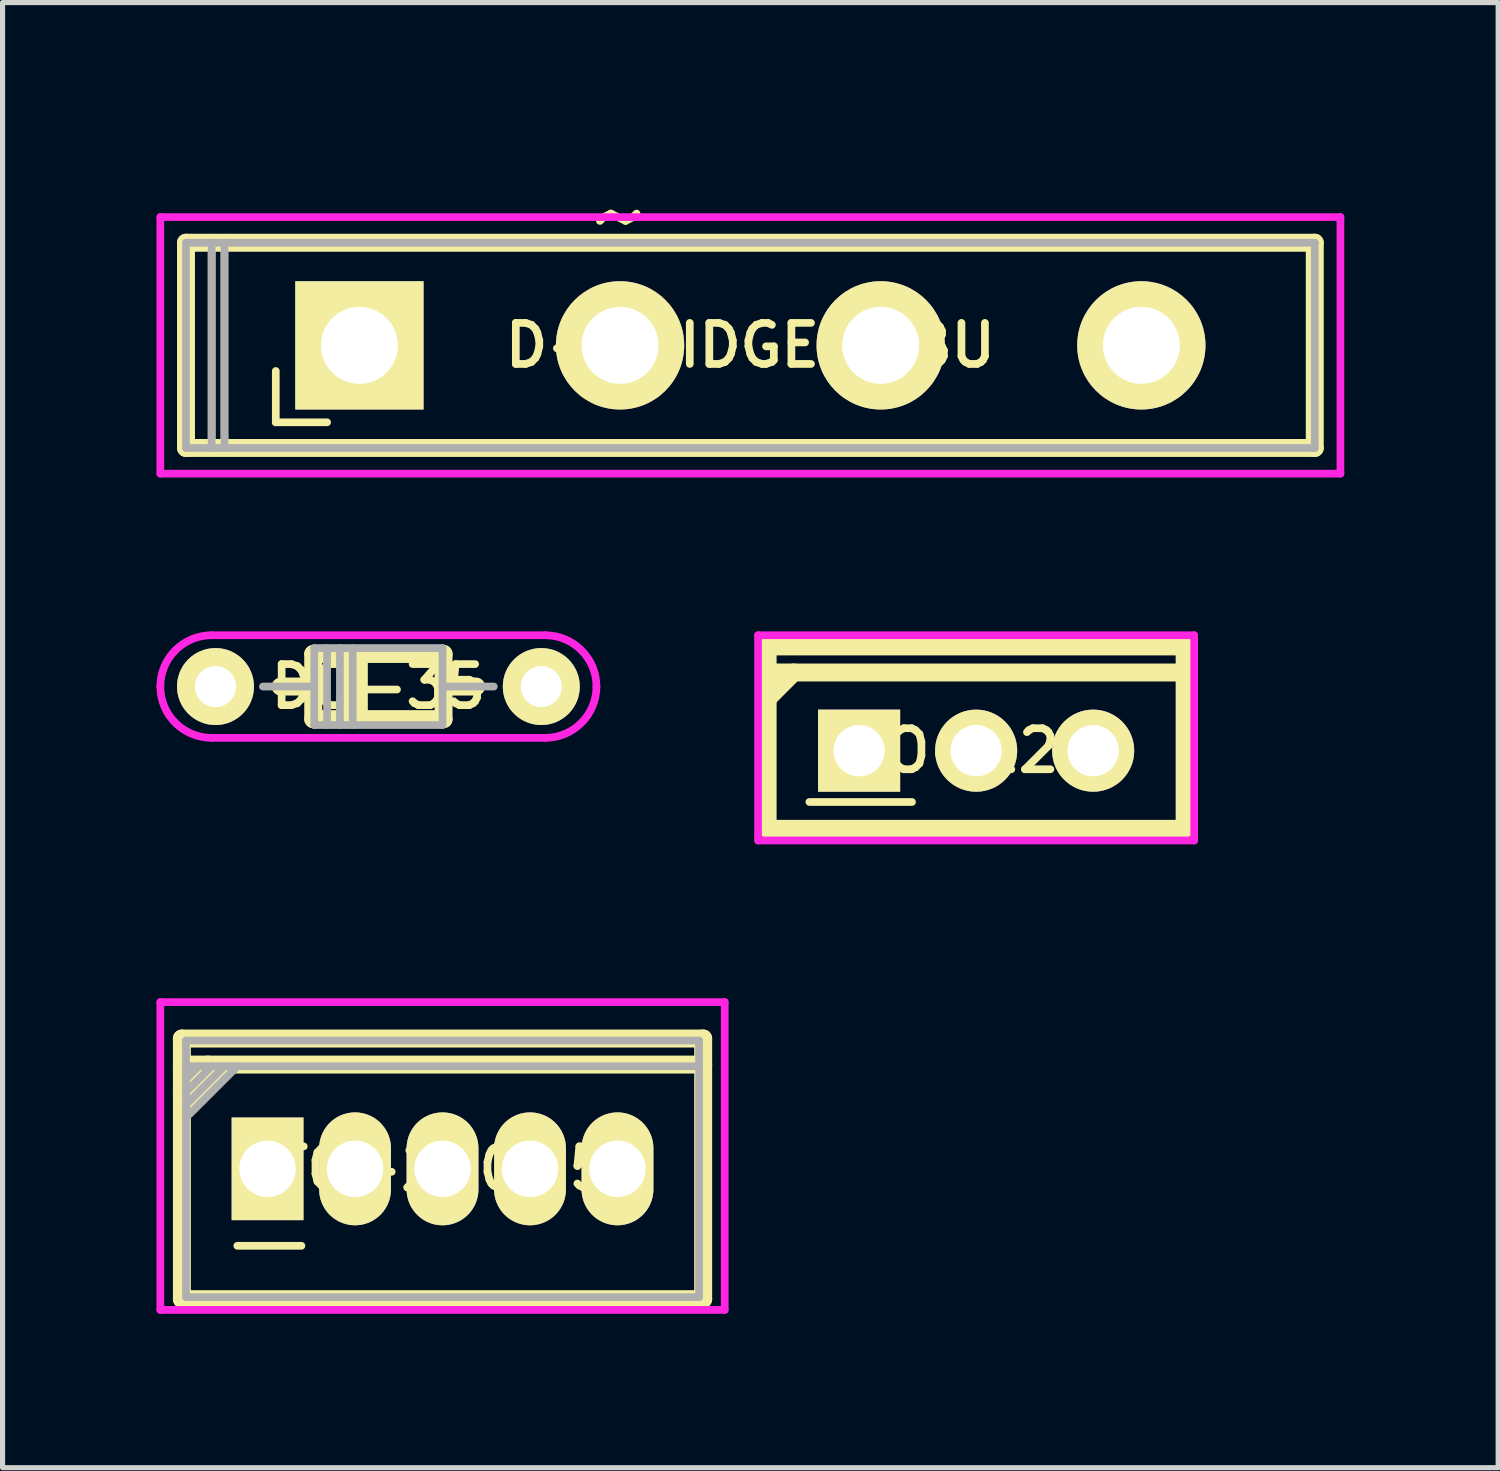
<source format=kicad_pcb>
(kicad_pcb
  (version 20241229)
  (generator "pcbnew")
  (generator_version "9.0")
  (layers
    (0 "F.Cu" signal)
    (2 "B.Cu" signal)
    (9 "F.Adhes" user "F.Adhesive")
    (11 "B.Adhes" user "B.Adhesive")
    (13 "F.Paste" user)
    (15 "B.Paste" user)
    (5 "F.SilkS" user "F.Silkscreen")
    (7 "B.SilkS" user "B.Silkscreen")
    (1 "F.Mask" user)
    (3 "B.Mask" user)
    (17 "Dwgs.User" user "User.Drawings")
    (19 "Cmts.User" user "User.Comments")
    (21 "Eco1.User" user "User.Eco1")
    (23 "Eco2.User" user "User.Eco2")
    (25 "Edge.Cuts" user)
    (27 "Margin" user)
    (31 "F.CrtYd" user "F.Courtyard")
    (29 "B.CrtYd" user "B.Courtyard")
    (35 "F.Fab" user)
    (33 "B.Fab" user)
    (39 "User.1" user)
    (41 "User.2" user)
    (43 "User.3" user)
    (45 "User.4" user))
  (footprint "DO-35"
    (layer "F.Cu")
    (at 4.325 10.331)
    (property "Reference" "DO-35" (at 0 0 0) (layer "F.SilkS") (effects (font (size 0.8 0.8) (thickness 0.15))))
    (attr through_hole)
    (fp_line (start -1.27 -0.635) (end -1.27 0.635) (stroke (width 0.35) (type solid)) (layer "F.SilkS"))
    (fp_line (start -1.27 0) (end -1.905 0) (stroke (width 0.35) (type solid)) (layer "F.SilkS"))
    (fp_line (start -1.27 0.635) (end 1.27 0.635) (stroke (width 0.35) (type solid)) (layer "F.SilkS"))
    (fp_line (start -0.635 -0.635) (end -0.635 0.635) (stroke (width 0.35) (type solid)) (layer "F.SilkS"))
    (fp_line (start -0.381 -0.635) (end -0.381 0.635) (stroke (width 0.35) (type solid)) (layer "F.SilkS"))
    (fp_line (start 1.27 -0.635) (end -1.27 -0.635) (stroke (width 0.35) (type solid)) (layer "F.SilkS"))
    (fp_line (start 1.27 0) (end 1.905 0) (stroke (width 0.35) (type solid)) (layer "F.SilkS"))
    (fp_line (start 1.27 0.635) (end 1.27 -0.635) (stroke (width 0.35) (type solid)) (layer "F.SilkS"))
    (fp_line (start -3.25 1) (end 3.25 1) (stroke (width 0.15) (type solid)) (layer "F.CrtYd"))
    (fp_line (start 3.25 -1) (end -3.25 -1) (stroke (width 0.15) (type solid)) (layer "F.CrtYd"))
    (fp_arc (start -4.25 0) (mid -3.957107 -0.707107) (end -3.25 -1) (stroke (width 0.15) (type solid)) (layer "F.CrtYd"))
    (fp_arc (start -3.25 1) (mid -3.957107 0.707107) (end -4.25 0) (stroke (width 0.15) (type solid)) (layer "F.CrtYd"))
    (fp_arc (start 3.25 -1) (mid 3.957107 -0.707107) (end 4.25 0) (stroke (width 0.15) (type solid)) (layer "F.CrtYd"))
    (fp_arc (start 4.25 0) (mid 3.957107 0.707107) (end 3.25 1) (stroke (width 0.15) (type solid)) (layer "F.CrtYd"))
    (fp_line (start -1.25 -0.75) (end 1.25 -0.75) (stroke (width 0.15) (type solid)) (layer "F.Fab"))
    (fp_line (start -1.25 0) (end -2.25 0) (stroke (width 0.15) (type solid)) (layer "F.Fab"))
    (fp_line (start -1.25 0.75) (end -1.25 -0.75) (stroke (width 0.15) (type solid)) (layer "F.Fab"))
    (fp_line (start -1 -0.75) (end -1 0.75) (stroke (width 0.15) (type solid)) (layer "F.Fab"))
    (fp_line (start -0.75 0.75) (end -0.75 -0.75) (stroke (width 0.15) (type solid)) (layer "F.Fab"))
    (fp_line (start -0.5 -0.75) (end -0.5 0.75) (stroke (width 0.15) (type solid)) (layer "F.Fab"))
    (fp_line (start 1.25 -0.75) (end 1.25 0.75) (stroke (width 0.15) (type solid)) (layer "F.Fab"))
    (fp_line (start 1.25 0) (end 2.25 0) (stroke (width 0.15) (type solid)) (layer "F.Fab"))
    (fp_line (start 1.25 0.75) (end -1.25 0.75) (stroke (width 0.15) (type solid)) (layer "F.Fab"))
    (pad "1" thru_hole circle (at -3.175 0 180) (size 1.5 1.5) (drill 0.8) (layers "*.Cu" "*.Mask" "F.SilkS"))
    (pad "2" thru_hole circle (at 3.175 0 180) (size 1.5 1.5) (drill 0.8) (layers "*.Cu" "*.Mask" "F.SilkS")))
  (footprint "TO-126"
    (layer "F.Cu")
    (at 15.975 11.581)
    (property "Reference" "TO-126" (at 0 0 0) (layer "F.SilkS") (effects (font (size 0.8 0.8) (thickness 0.15))))
    (attr through_hole)
    (fp_line (start -4.064 -2.032) (end 4.064 -2.032) (stroke (width 0.35) (type solid)) (layer "F.SilkS"))
    (fp_line (start -4.064 -1.524) (end -4.064 -2.032) (stroke (width 0.35) (type solid)) (layer "F.SilkS"))
    (fp_line (start -4.064 -1.524) (end 4.064 -1.524) (stroke (width 0.35) (type solid)) (layer "F.SilkS"))
    (fp_line (start -4.064 1.524) (end -4.064 -1.524) (stroke (width 0.35) (type solid)) (layer "F.SilkS"))
    (fp_line (start -3.556 -1.524) (end -4.064 -1.016) (stroke (width 0.35) (type solid)) (layer "F.SilkS"))
    (fp_line (start -3.25 1) (end -1.25 1) (stroke (width 0.15) (type solid)) (layer "F.SilkS"))
    (fp_line (start 4.064 -2.032) (end 4.064 -1.524) (stroke (width 0.35) (type solid)) (layer "F.SilkS"))
    (fp_line (start 4.064 -1.524) (end 4.064 1.524) (stroke (width 0.35) (type solid)) (layer "F.SilkS"))
    (fp_line (start 4.064 1.524) (end -4.064 1.524) (stroke (width 0.35) (type solid)) (layer "F.SilkS"))
    (fp_line (start -4.25 -2.25) (end -4.25 1.75) (stroke (width 0.15) (type solid)) (layer "F.CrtYd"))
    (fp_line (start -4.25 1.75) (end 4.25 1.75) (stroke (width 0.15) (type solid)) (layer "F.CrtYd"))
    (fp_line (start 4.25 -2.25) (end -4.25 -2.25) (stroke (width 0.15) (type solid)) (layer "F.CrtYd"))
    (fp_line (start 4.25 1.75) (end 4.25 -2.25) (stroke (width 0.15) (type solid)) (layer "F.CrtYd"))
    (pad "1" thru_hole rect (at -2.281 0) (size 1.6 1.6) (drill 1) (layers "*.Cu" "*.Mask" "F.SilkS"))
    (pad "2" thru_hole circle (at 0 0) (size 1.6 1.6) (drill 1) (layers "*.Cu" "*.Mask" "F.SilkS"))
    (pad "3" thru_hole circle (at 2.281 0) (size 1.6 1.6) (drill 1) (layers "*.Cu" "*.Mask" "F.SilkS")))
  (footprint "D-BRIDGE-GBU"
    (layer "F.Cu")
    (at 11.575 3.681)
    (property "Reference" "D-BRIDGE-GBU" (at 0 0 0) (layer "F.SilkS") (effects (font (size 0.8 0.8) (thickness 0.15))))
    (attr through_hole)
    (fp_line (start -11 -2) (end 11 -2) (stroke (width 0.35) (type solid)) (layer "F.SilkS"))
    (fp_line (start -11 2) (end -11 -2) (stroke (width 0.35) (type solid)) (layer "F.SilkS"))
    (fp_line (start -10.5 -2) (end -10.5 2) (stroke (width 0.15) (type solid)) (layer "F.SilkS"))
    (fp_line (start -10.25 2) (end -10.25 -2) (stroke (width 0.15) (type solid)) (layer "F.SilkS"))
    (fp_line (start -9.25 0.5) (end -9.25 1.5) (stroke (width 0.15) (type solid)) (layer "F.SilkS"))
    (fp_line (start -9.25 1.5) (end -8.25 1.5) (stroke (width 0.15) (type solid)) (layer "F.SilkS"))
    (fp_line (start 11 -2) (end 11 2) (stroke (width 0.35) (type solid)) (layer "F.SilkS"))
    (fp_line (start 11 2) (end -11 2) (stroke (width 0.35) (type solid)) (layer "F.SilkS"))
    (fp_line (start -11.5 -2.5) (end 11.5 -2.5) (stroke (width 0.15) (type solid)) (layer "F.CrtYd"))
    (fp_line (start -11.5 2.5) (end -11.5 -2.5) (stroke (width 0.15) (type solid)) (layer "F.CrtYd"))
    (fp_line (start 11.5 -2.5) (end 11.5 2.5) (stroke (width 0.15) (type solid)) (layer "F.CrtYd"))
    (fp_line (start 11.5 2.5) (end -11.5 2.5) (stroke (width 0.15) (type solid)) (layer "F.CrtYd"))
    (fp_line (start -11 -2) (end 11 -2) (stroke (width 0.15) (type solid)) (layer "F.Fab"))
    (fp_line (start -11 2) (end -11 -2) (stroke (width 0.15) (type solid)) (layer "F.Fab"))
    (fp_line (start -10.5 -2) (end -10.5 2) (stroke (width 0.15) (type solid)) (layer "F.Fab"))
    (fp_line (start -10.25 2) (end -10.25 -2) (stroke (width 0.15) (type solid)) (layer "F.Fab"))
    (fp_line (start 11 -2) (end 11 2) (stroke (width 0.15) (type solid)) (layer "F.Fab"))
    (fp_line (start 11 2) (end -11 2) (stroke (width 0.15) (type solid)) (layer "F.Fab"))
    (fp_text user "~" (at -2.54 -2.54 0) (layer "F.SilkS") (effects (font (size 1.5 1.5) (thickness 0.15))))
    (pad "1" thru_hole rect (at -7.62 0) (size 2.5 2.5) (drill 1.5) (layers "*.Cu" "*.Mask" "F.SilkS"))
    (pad "2" thru_hole circle (at -2.54 0) (size 2.5 2.5) (drill 1.5) (layers "*.Cu" "*.Mask" "F.SilkS"))
    (pad "3" thru_hole circle (at 2.54 0) (size 2.5 2.5) (drill 1.5) (layers "*.Cu" "*.Mask" "F.SilkS"))
    (pad "4" thru_hole circle (at 7.62 0) (size 2.5 2.5) (drill 1.5) (layers "*.Cu" "*.Mask" "F.SilkS")))
  (footprint "TO-220-5"
    (layer "F.Cu")
    (at 5.575 19.731)
    (property "Reference" "TO-220-5" (at 0 0 0) (layer "F.SilkS") (effects (font (size 0.8 0.8) (thickness 0.15))))
    (attr through_hole)
    (fp_line (start -5.08 -2.54) (end -5.08 2.54) (stroke (width 0.35) (type solid)) (layer "F.SilkS"))
    (fp_line (start -5.08 -2.032) (end 5.08 -2.032) (stroke (width 0.35) (type solid)) (layer "F.SilkS"))
    (fp_line (start -5.08 2.54) (end 5.08 2.54) (stroke (width 0.35) (type solid)) (layer "F.SilkS"))
    (fp_line (start -5.029 -1.118) (end -4.166 -1.981) (stroke (width 0.35) (type solid)) (layer "F.SilkS"))
    (fp_line (start -4.572 -2.032) (end -5.08 -1.524) (stroke (width 0.35) (type solid)) (layer "F.SilkS"))
    (fp_line (start -4 1.5) (end -2.75 1.5) (stroke (width 0.15) (type solid)) (layer "F.SilkS"))
    (fp_line (start 5.08 -2.54) (end -5.08 -2.54) (stroke (width 0.35) (type solid)) (layer "F.SilkS"))
    (fp_line (start 5.08 2.54) (end 5.08 -2.54) (stroke (width 0.35) (type solid)) (layer "F.SilkS"))
    (fp_line (start -5.5 -3.25) (end -5.5 2.75) (stroke (width 0.15) (type solid)) (layer "F.CrtYd"))
    (fp_line (start -5.5 2.75) (end 5.5 2.75) (stroke (width 0.15) (type solid)) (layer "F.CrtYd"))
    (fp_line (start 5.5 -3.25) (end -5.5 -3.25) (stroke (width 0.15) (type solid)) (layer "F.CrtYd"))
    (fp_line (start 5.5 2.75) (end 5.5 -3.25) (stroke (width 0.15) (type solid)) (layer "F.CrtYd"))
    (fp_line (start -5 -2.5) (end -5 2.5) (stroke (width 0.15) (type solid)) (layer "F.Fab"))
    (fp_line (start -5 -1.5) (end -4.5 -2) (stroke (width 0.15) (type solid)) (layer "F.Fab"))
    (fp_line (start -5 -1) (end -4 -2) (stroke (width 0.15) (type solid)) (layer "F.Fab"))
    (fp_line (start -5 2.5) (end 5 2.5) (stroke (width 0.15) (type solid)) (layer "F.Fab"))
    (fp_line (start -4.75 -2) (end -5 -1.75) (stroke (width 0.15) (type solid)) (layer "F.Fab"))
    (fp_line (start -4.25 -2) (end -5 -1.25) (stroke (width 0.15) (type solid)) (layer "F.Fab"))
    (fp_line (start 5 -2.5) (end -5 -2.5) (stroke (width 0.15) (type solid)) (layer "F.Fab"))
    (fp_line (start 5 -2) (end -5 -2) (stroke (width 0.15) (type solid)) (layer "F.Fab"))
    (fp_line (start 5 2.5) (end 5 -2.5) (stroke (width 0.15) (type solid)) (layer "F.Fab"))
    (pad "1" thru_hole rect (at -3.41 0) (size 1.4 2) (drill 1.1) (layers "*.Cu" "*.Mask" "F.SilkS"))
    (pad "2" thru_hole oval (at -1.705 0) (size 1.4 2.2) (drill 1.1) (layers "*.Cu" "*.Mask" "F.SilkS"))
    (pad "3" thru_hole oval (at 0 0) (size 1.4 2.2) (drill 1.1) (layers "*.Cu" "*.Mask" "F.SilkS"))
    (pad "4" thru_hole oval (at 1.705 0) (size 1.4 2.2) (drill 1.1) (layers "*.Cu" "*.Mask" "F.SilkS"))
    (pad "5" thru_hole oval (at 3.41 0) (size 1.4 2.2) (drill 1.1) (layers "*.Cu" "*.Mask" "F.SilkS")))
  (gr_rect
    (start -3 -3)
    (end 26.15 25.556)
    (stroke (width 0.1) (type default))
    (fill no)
    (layer "Edge.Cuts")))
</source>
